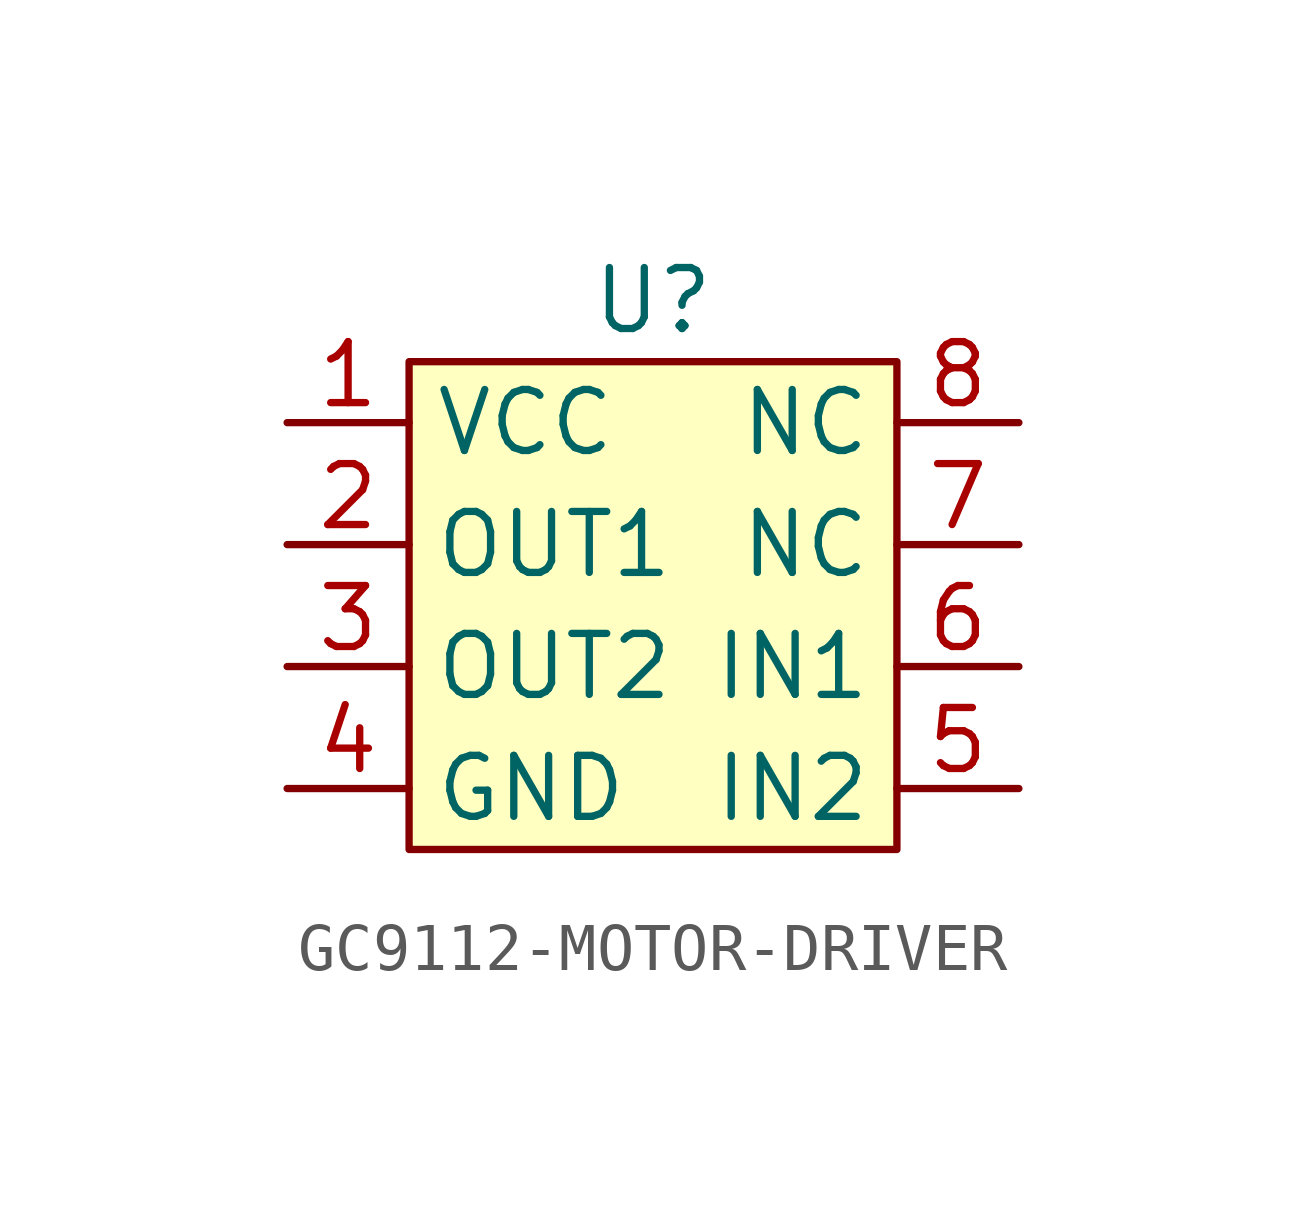
<source format=kicad_sym>
(kicad_symbol_lib
  (version 20241209)
  (generator "kicad_symbol_editor")
  (generator_version "9.0")
  (symbol "GC9112-MOTOR-DRIVER"
    (property "Reference" "U"
      (at 0 6.35 0)
      (effects (font (size 1.27 1.27))))
    (property "Value" ""
      (at 0 0 0)
      (effects (font (size 1.27 1.27))))
    (symbol "GC9112-MOTOR-DRIVER_1_1"
      (rectangle (start -5.08 5.08) (end 5.08 -5.08) (stroke (width 0) (type default)) (fill (type background)))
      (pin bidirectional line (at -7.62 3.81 0) (length 2.54) (name "VCC" (effects (font (size 1.27 1.27)))) (number "1" (effects (font (size 1.27 1.27)))))
      (pin bidirectional line (at -7.62 1.27 0) (length 2.54) (name "OUT1" (effects (font (size 1.27 1.27)))) (number "2" (effects (font (size 1.27 1.27)))))
      (pin bidirectional line (at -7.62 -1.27 0) (length 2.54) (name "OUT2" (effects (font (size 1.27 1.27)))) (number "3" (effects (font (size 1.27 1.27)))))
      (pin bidirectional line (at -7.62 -3.81 0) (length 2.54) (name "GND" (effects (font (size 1.27 1.27)))) (number "4" (effects (font (size 1.27 1.27)))))
      (pin bidirectional line (at 7.62 3.81 180) (length 2.54) (name "NC" (effects (font (size 1.27 1.27)))) (number "8" (effects (font (size 1.27 1.27)))))
      (pin bidirectional line (at 7.62 1.27 180) (length 2.54) (name "NC" (effects (font (size 1.27 1.27)))) (number "7" (effects (font (size 1.27 1.27)))))
      (pin bidirectional line (at 7.62 -1.27 180) (length 2.54) (name "IN1" (effects (font (size 1.27 1.27)))) (number "6" (effects (font (size 1.27 1.27)))))
      (pin bidirectional line (at 7.62 -3.81 180) (length 2.54) (name "IN2" (effects (font (size 1.27 1.27)))) (number "5" (effects (font (size 1.27 1.27))))))))
</source>
